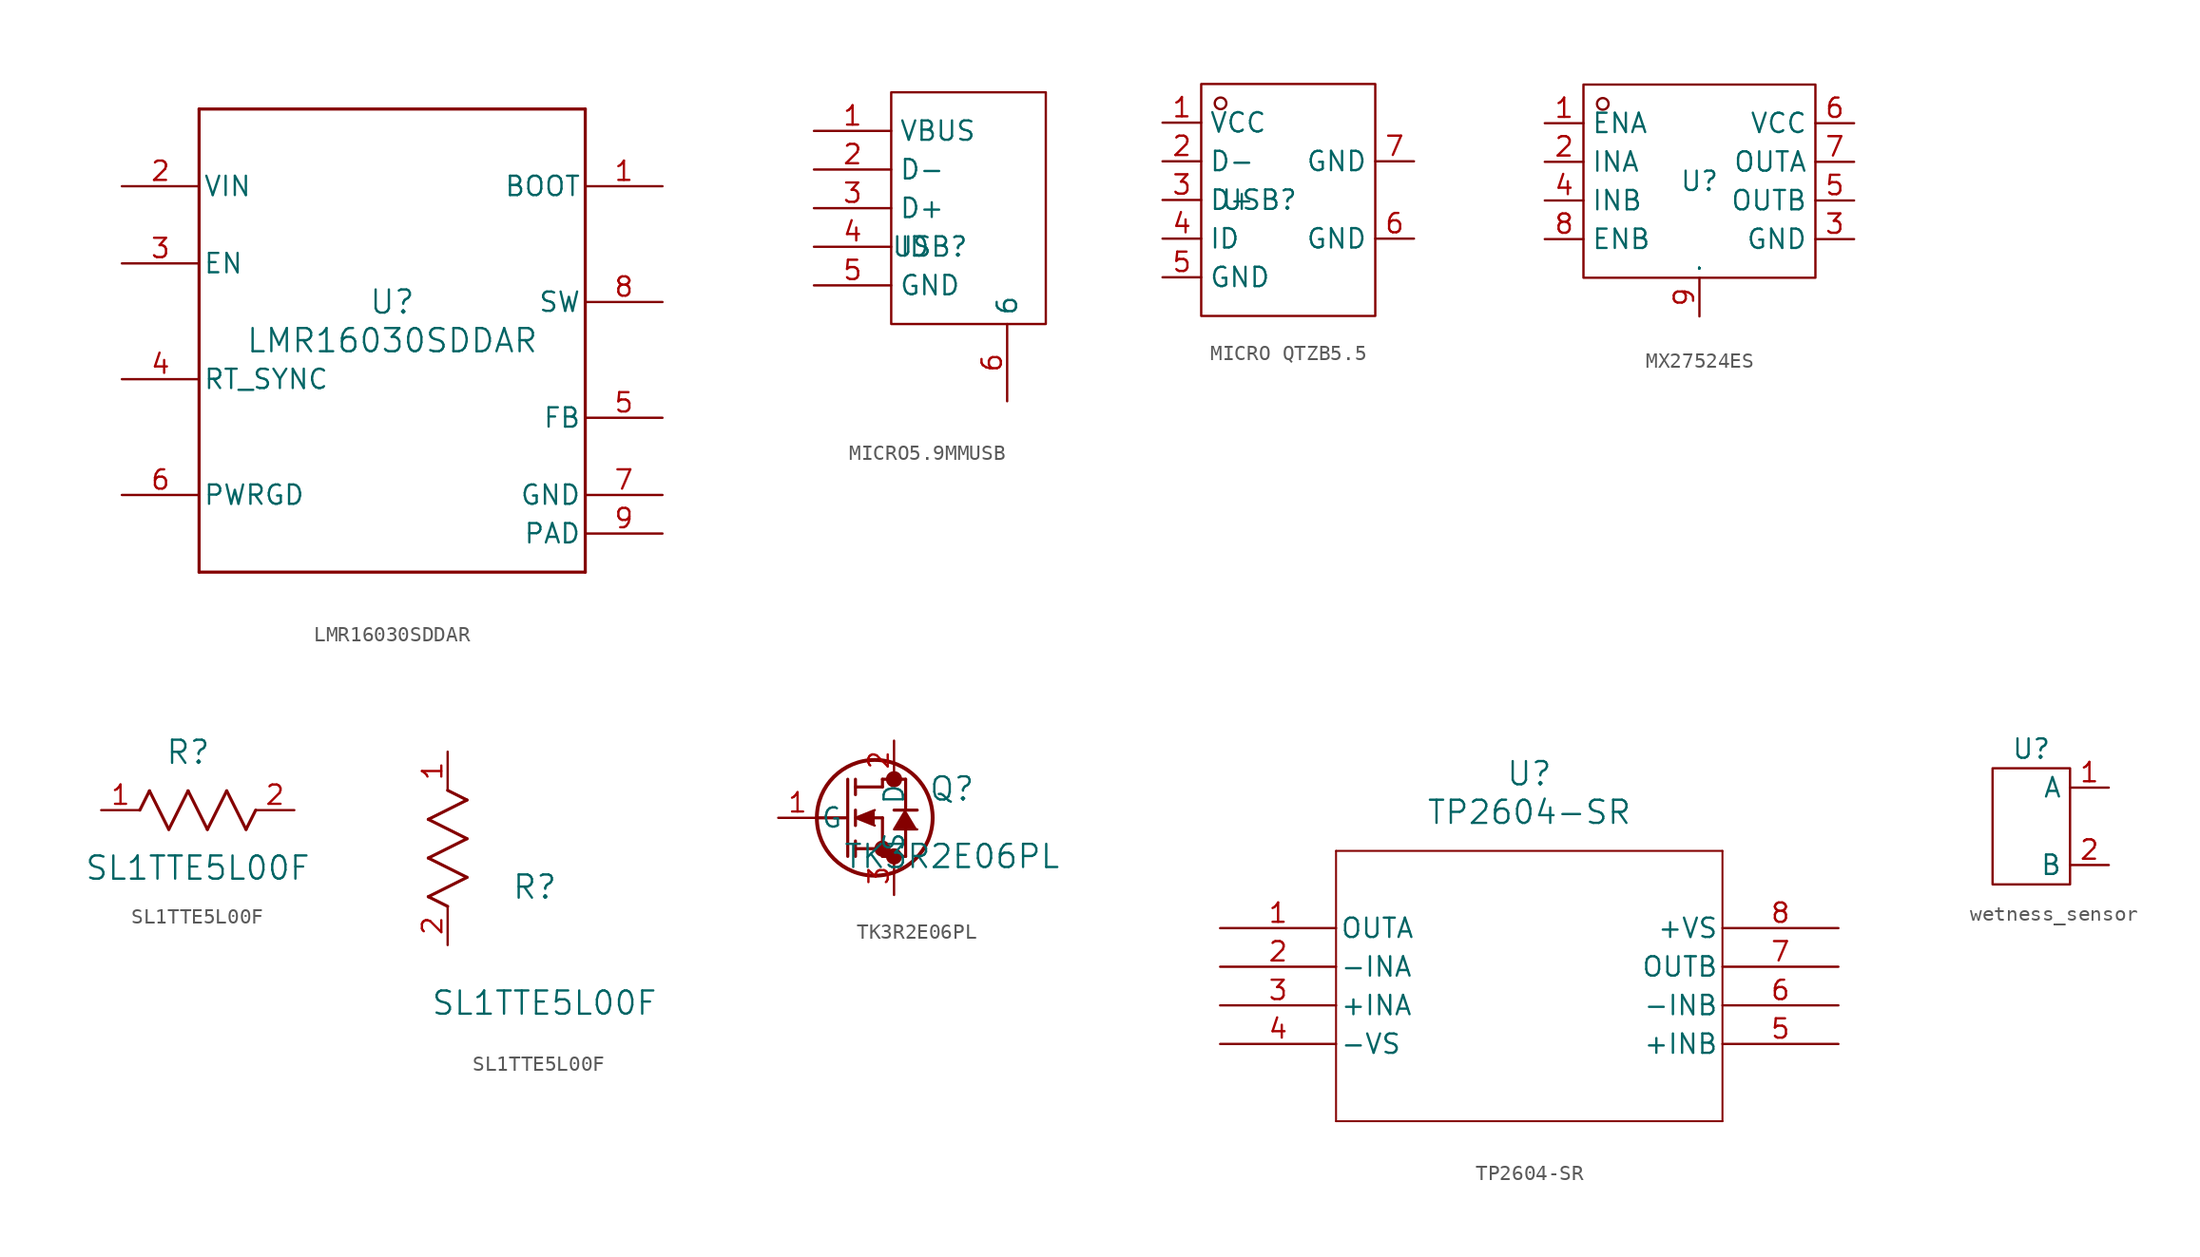
<source format=kicad_sym>
(kicad_symbol_lib
  (version 20241209)
  (generator "kicad_symbol_editor")
  (generator_version "9.0")
  (symbol "LMR16030SDDAR"
    (pin_names
      (offset 0.254))
    (property "Reference" "U"
      (at 0 2.54 0)
      (effects (font (size 1.524 1.524))))
    (property "Value" "LMR16030SDDAR"
      (at 0 0 0)
      (effects (font (size 1.524 1.524))))
    (symbol "LMR16030SDDAR_0_1"
      (polyline (pts (xy -12.7 15.24) (xy -12.7 -15.24)) (stroke (width 0.203) (type default)) (fill (type none)))
      (polyline (pts (xy -12.7 -15.24) (xy 12.7 -15.24)) (stroke (width 0.203) (type default)) (fill (type none)))
      (polyline (pts (xy 12.7 15.24) (xy -12.7 15.24)) (stroke (width 0.203) (type default)) (fill (type none)))
      (polyline (pts (xy 12.7 -15.24) (xy 12.7 15.24)) (stroke (width 0.203) (type default)) (fill (type none)))
      (pin power_in line (at -17.78 10.16 0) (length 5.08) (name "VIN" (effects (font (size 1.27 1.27)))) (number "2" (effects (font (size 1.27 1.27)))))
      (pin input line (at -17.78 5.08 0) (length 5.08) (name "EN" (effects (font (size 1.27 1.27)))) (number "3" (effects (font (size 1.27 1.27)))))
      (pin output line (at -17.78 -10.16 0) (length 5.08) (name "PWRGD" (effects (font (size 1.27 1.27)))) (number "6" (effects (font (size 1.27 1.27)))))
      (pin input line (at 17.78 -5.08 180) (length 5.08) (name "FB" (effects (font (size 1.27 1.27)))) (number "5" (effects (font (size 1.27 1.27)))))
      (pin power_in line (at 17.78 -10.16 180) (length 5.08) (name "GND" (effects (font (size 1.27 1.27)))) (number "7" (effects (font (size 1.27 1.27)))))
      (pin power_in line (at 17.78 -12.7 180) (length 5.08) (name "PAD" (effects (font (size 1.27 1.27)))) (number "9" (effects (font (size 1.27 1.27))))))
    (symbol "LMR16030SDDAR_1_1"
      (pin input line (at -17.78 -2.54 0) (length 5.08) (name "RT_SYNC" (effects (font (size 1.27 1.27)))) (number "4" (effects (font (size 1.27 1.27)))))
      (pin bidirectional line (at 17.78 10.16 180) (length 5.08) (name "BOOT" (effects (font (size 1.27 1.27)))) (number "1" (effects (font (size 1.27 1.27)))))
      (pin output line (at 17.78 2.54 180) (length 5.08) (name "SW" (effects (font (size 1.27 1.27)))) (number "8" (effects (font (size 1.27 1.27)))))))
  (symbol "MICRO5.9MMUSB"
    (property "Reference" "USB"
      (at 0 0 0)
      (effects (font (size 1.27 1.27))))
    (property "Value" ""
      (at 0 0 0)
      (effects (font (size 1.27 1.27))))
    (symbol "MICRO5.9MMUSB_1_0"
      (rectangle (start -2.54 10.16) (end 7.62 -5.08) (stroke (width 0) (type default)) (fill (type none)))
      (pin power_out line (at -7.62 7.62 0) (length 5.08) (name "VBUS" (effects (font (size 1.27 1.27)))) (number "1" (effects (font (size 1.27 1.27)))))
      (pin bidirectional line (at -7.62 5.08 0) (length 5.08) (name "D-" (effects (font (size 1.27 1.27)))) (number "2" (effects (font (size 1.27 1.27)))))
      (pin bidirectional line (at -7.62 2.54 0) (length 5.08) (name "D+" (effects (font (size 1.27 1.27)))) (number "3" (effects (font (size 1.27 1.27)))))
      (pin passive line (at -7.62 0 0) (length 5.08) (name "ID" (effects (font (size 1.27 1.27)))) (number "4" (effects (font (size 1.27 1.27)))))
      (pin power_in line (at -7.62 -2.54 0) (length 5.08) (name "GND" (effects (font (size 1.27 1.27)))) (number "5" (effects (font (size 1.27 1.27)))))
      (pin passive line (at 5.08 -10.16 90) (length 5.08) (name "6" (effects (font (size 1.27 1.27)))) (number "6" (effects (font (size 1.27 1.27)))))))
  (symbol "MICRO QTZB5.5"
    (property "Reference" "USB"
      (at 0 0 0)
      (effects (font (size 1.27 1.27))))
    (property "Value" ""
      (at 0 0 0)
      (effects (font (size 1.27 1.27))))
    (symbol "MICRO QTZB5.5_1_0"
      (rectangle (start -3.81 7.62) (end 7.62 -7.62) (stroke (width 0) (type default)) (fill (type none)))
      (circle (center -2.54 6.35) (radius 0.381) (stroke (width 0) (type default)) (fill (type none)))
      (pin passive line (at -6.35 5.08 0) (length 2.54) (name "VCC" (effects (font (size 1.27 1.27)))) (number "1" (effects (font (size 1.27 1.27)))))
      (pin bidirectional line (at -6.35 2.54 0) (length 2.54) (name "D-" (effects (font (size 1.27 1.27)))) (number "2" (effects (font (size 1.27 1.27)))))
      (pin bidirectional line (at -6.35 0 0) (length 2.54) (name "D+" (effects (font (size 1.27 1.27)))) (number "3" (effects (font (size 1.27 1.27)))))
      (pin passive line (at -6.35 -2.54 0) (length 2.54) (name "ID" (effects (font (size 1.27 1.27)))) (number "4" (effects (font (size 1.27 1.27)))))
      (pin passive line (at -6.35 -5.08 0) (length 2.54) (name "GND" (effects (font (size 1.27 1.27)))) (number "5" (effects (font (size 1.27 1.27)))))
      (pin passive line (at 10.16 2.54 180) (length 2.54) (name "GND" (effects (font (size 1.27 1.27)))) (number "7" (effects (font (size 1.27 1.27)))))
      (pin passive line (at 10.16 -2.54 180) (length 2.54) (name "GND" (effects (font (size 1.27 1.27)))) (number "6" (effects (font (size 1.27 1.27)))))))
  (symbol "MX27524ES"
    (property "Reference" "U"
      (at 0 0 0)
      (effects (font (size 1.27 1.27))))
    (property "Value" ""
      (at 0 0 0)
      (effects (font (size 1.27 1.27))))
    (symbol "MX27524ES_1_0"
      (rectangle (start -7.62 6.35) (end 7.62 -6.35) (stroke (width 0) (type default)) (fill (type none)))
      (circle (center -6.35 5.08) (radius 0.381) (stroke (width 0) (type default)) (fill (type none)))
      (pin input line (at -10.16 3.81 0) (length 2.54) (name "ENA" (effects (font (size 1.27 1.27)))) (number "1" (effects (font (size 1.27 1.27)))))
      (pin input line (at -10.16 1.27 0) (length 2.54) (name "INA" (effects (font (size 1.27 1.27)))) (number "2" (effects (font (size 1.27 1.27)))))
      (pin input line (at -10.16 -1.27 0) (length 2.54) (name "INB" (effects (font (size 1.27 1.27)))) (number "4" (effects (font (size 1.27 1.27)))))
      (pin input line (at -10.16 -3.81 0) (length 2.54) (name "ENB" (effects (font (size 1.27 1.27)))) (number "8" (effects (font (size 1.27 1.27)))))
      (pin passive line (at 0 -8.89 90) (length 2.54) (name "EP" (effects (font (size 0.025 0.025)))) (number "9" (effects (font (size 1.27 1.27)))))
      (pin power_in line (at 10.16 3.81 180) (length 2.54) (name "VCC" (effects (font (size 1.27 1.27)))) (number "6" (effects (font (size 1.27 1.27)))))
      (pin output line (at 10.16 1.27 180) (length 2.54) (name "OUTA" (effects (font (size 1.27 1.27)))) (number "7" (effects (font (size 1.27 1.27)))))
      (pin output line (at 10.16 -1.27 180) (length 2.54) (name "OUTB" (effects (font (size 1.27 1.27)))) (number "5" (effects (font (size 1.27 1.27)))))
      (pin power_in line (at 10.16 -3.81 180) (length 2.54) (name "GND" (effects (font (size 1.27 1.27)))) (number "3" (effects (font (size 1.27 1.27)))))))
  (symbol "SL1TTE5L00F"
    (pin_names
      (offset 0.254))
    (property "Reference" "R"
      (at 5.715 3.81 0)
      (effects (font (size 1.524 1.524))))
    (property "Value" "SL1TTE5L00F"
      (at 6.35 -3.81 0)
      (effects (font (size 1.524 1.524))))
    (property "ki_locked" ""
      (at 0 0 0)
      (effects (font (size 1.27 1.27))))
    (symbol "SL1TTE5L00F_1_1"
      (polyline (pts (xy 2.54 0) (xy 3.175 1.27)) (stroke (width 0.203) (type default)) (fill (type none)))
      (polyline (pts (xy 3.175 1.27) (xy 4.445 -1.27)) (stroke (width 0.203) (type default)) (fill (type none)))
      (polyline (pts (xy 4.445 -1.27) (xy 5.715 1.27)) (stroke (width 0.203) (type default)) (fill (type none)))
      (polyline (pts (xy 5.715 1.27) (xy 6.985 -1.27)) (stroke (width 0.203) (type default)) (fill (type none)))
      (polyline (pts (xy 6.985 -1.27) (xy 8.255 1.27)) (stroke (width 0.203) (type default)) (fill (type none)))
      (polyline (pts (xy 8.255 1.27) (xy 9.525 -1.27)) (stroke (width 0.203) (type default)) (fill (type none)))
      (polyline (pts (xy 9.525 -1.27) (xy 10.16 0)) (stroke (width 0.203) (type default)) (fill (type none)))
      (pin passive line (at 0 0 0) (length 2.54) (name "" (effects (font (size 1.27 1.27)))) (number "1" (effects (font (size 1.27 1.27)))))
      (pin passive line (at 12.7 0 180) (length 2.54) (name "" (effects (font (size 1.27 1.27)))) (number "2" (effects (font (size 1.27 1.27))))))
    (symbol "SL1TTE5L00F_1_2"
      (polyline (pts (xy -1.27 8.255) (xy 1.27 9.525)) (stroke (width 0.203) (type default)) (fill (type none)))
      (polyline (pts (xy -1.27 5.715) (xy 1.27 6.985)) (stroke (width 0.203) (type default)) (fill (type none)))
      (polyline (pts (xy -1.27 3.175) (xy 1.27 4.445)) (stroke (width 0.203) (type default)) (fill (type none)))
      (polyline (pts (xy 0 2.54) (xy -1.27 3.175)) (stroke (width 0.203) (type default)) (fill (type none)))
      (polyline (pts (xy 1.27 9.525) (xy 0 10.16)) (stroke (width 0.203) (type default)) (fill (type none)))
      (polyline (pts (xy 1.27 6.985) (xy -1.27 8.255)) (stroke (width 0.203) (type default)) (fill (type none)))
      (polyline (pts (xy 1.27 4.445) (xy -1.27 5.715)) (stroke (width 0.203) (type default)) (fill (type none)))
      (pin passive line (at 0 12.7 270) (length 2.54) (name "" (effects (font (size 1.27 1.27)))) (number "1" (effects (font (size 1.27 1.27)))))
      (pin passive line (at 0 0 90) (length 2.54) (name "" (effects (font (size 1.27 1.27)))) (number "2" (effects (font (size 1.27 1.27)))))))
  (symbol "TK3R2E06PL"
    (pin_names
      (offset 0.254))
    (property "Reference" "Q"
      (at 11.43 1.905 0)
      (effects (font (size 1.524 1.524))))
    (property "Value" "TK3R2E06PL"
      (at 11.43 -2.54 0)
      (effects (font (size 1.524 1.524))))
    (property "ki_locked" ""
      (at 0 0 0)
      (effects (font (size 1.27 1.27))))
    (symbol "TK3R2E06PL_0_1"
      (polyline (pts (xy 2.54 0) (xy 4.445 0)) (stroke (width 0.203) (type default)) (fill (type none)))
      (polyline (pts (xy 4.572 -2.54) (xy 4.572 2.54)) (stroke (width 0.203) (type default)) (fill (type none)))
      (polyline (pts (xy 5.08 2.032) (xy 6.858 2.032)) (stroke (width 0.203) (type default)) (fill (type none)))
      (polyline (pts (xy 5.08 1.524) (xy 5.08 2.54)) (stroke (width 0.203) (type default)) (fill (type none)))
      (polyline (pts (xy 5.08 -0.508) (xy 5.08 0.508)) (stroke (width 0.203) (type default)) (fill (type none)))
      (polyline (pts (xy 5.08 -2.032) (xy 6.858 -2.032)) (stroke (width 0.203) (type default)) (fill (type none)))
      (polyline (pts (xy 5.08 -2.54) (xy 5.08 -1.524)) (stroke (width 0.203) (type default)) (fill (type none)))
      (polyline (pts (xy 6.35 0.508) (xy 5.08 0) (xy 6.35 -0.508)) (stroke (width 0) (type default)) (fill (type outline)))
      (polyline (pts (xy 6.35 0) (xy 6.858 0)) (stroke (width 0.203) (type default)) (fill (type none)))
      (circle (center 6.35 0) (radius 3.81) (stroke (width 0.254) (type default)) (fill (type none)))
      (polyline (pts (xy 6.858 2.54) (xy 8.382 2.54)) (stroke (width 0.203) (type default)) (fill (type none)))
      (polyline (pts (xy 6.858 2.032) (xy 6.858 2.54)) (stroke (width 0.203) (type default)) (fill (type none)))
      (circle (center 6.858 -2.032) (radius 0.025) (stroke (width 0.508) (type default)) (fill (type none)))
      (polyline (pts (xy 6.858 -2.54) (xy 6.858 0)) (stroke (width 0.203) (type default)) (fill (type none)))
      (polyline (pts (xy 6.858 -2.54) (xy 8.382 -2.54)) (stroke (width 0.203) (type default)) (fill (type none)))
      (circle (center 7.62 2.54) (radius 0.025) (stroke (width 0.508) (type default)) (fill (type none)))
      (circle (center 7.62 -2.54) (radius 0.025) (stroke (width 0.508) (type default)) (fill (type none)))
      (polyline (pts (xy 8.382 0.508) (xy 8.382 2.54)) (stroke (width 0.203) (type default)) (fill (type none)))
      (polyline (pts (xy 8.382 -2.54) (xy 8.382 -0.762)) (stroke (width 0.203) (type default)) (fill (type none)))
      (polyline (pts (xy 9.144 0.508) (xy 7.62 0.508)) (stroke (width 0.203) (type default)) (fill (type none)))
      (polyline (pts (xy 9.144 -0.762) (xy 7.62 -0.762) (xy 8.382 0.508)) (stroke (width 0) (type default)) (fill (type outline)))
      (pin input line (at 0 0 0) (length 2.54) (name "G" (effects (font (size 1.27 1.27)))) (number "1" (effects (font (size 1.27 1.27)))))
      (pin passive line (at 7.62 5.08 270) (length 2.54) (name "D" (effects (font (size 1.27 1.27)))) (number "2" (effects (font (size 1.27 1.27)))))
      (pin passive line (at 7.62 -5.08 90) (length 2.54) (name "S" (effects (font (size 1.27 1.27)))) (number "3" (effects (font (size 1.27 1.27)))))))
  (symbol "TP2604-SR"
    (pin_names
      (offset 0.254))
    (property "Reference" "U"
      (at 20.32 10.16 0)
      (effects (font (size 1.524 1.524))))
    (property "Value" "TP2604-SR"
      (at 20.32 7.62 0)
      (effects (font (size 1.524 1.524))))
    (symbol "TP2604-SR_0_1"
      (polyline (pts (xy 7.62 5.08) (xy 7.62 -12.7)) (stroke (width 0.127) (type default)) (fill (type none)))
      (polyline (pts (xy 7.62 -12.7) (xy 33.02 -12.7)) (stroke (width 0.127) (type default)) (fill (type none)))
      (polyline (pts (xy 33.02 5.08) (xy 7.62 5.08)) (stroke (width 0.127) (type default)) (fill (type none)))
      (polyline (pts (xy 33.02 -12.7) (xy 33.02 5.08)) (stroke (width 0.127) (type default)) (fill (type none)))
      (pin output line (at 0 0 0) (length 7.62) (name "OUTA" (effects (font (size 1.27 1.27)))) (number "1" (effects (font (size 1.27 1.27)))))
      (pin input line (at 0 -2.54 0) (length 7.62) (name "-INA" (effects (font (size 1.27 1.27)))) (number "2" (effects (font (size 1.27 1.27)))))
      (pin input line (at 0 -5.08 0) (length 7.62) (name "+INA" (effects (font (size 1.27 1.27)))) (number "3" (effects (font (size 1.27 1.27)))))
      (pin power_in line (at 0 -7.62 0) (length 7.62) (name "-VS" (effects (font (size 1.27 1.27)))) (number "4" (effects (font (size 1.27 1.27)))))
      (pin power_in line (at 40.64 0 180) (length 7.62) (name "+VS" (effects (font (size 1.27 1.27)))) (number "8" (effects (font (size 1.27 1.27)))))
      (pin output line (at 40.64 -2.54 180) (length 7.62) (name "OUTB" (effects (font (size 1.27 1.27)))) (number "7" (effects (font (size 1.27 1.27)))))
      (pin input line (at 40.64 -5.08 180) (length 7.62) (name "-INB" (effects (font (size 1.27 1.27)))) (number "6" (effects (font (size 1.27 1.27)))))
      (pin input line (at 40.64 -7.62 180) (length 7.62) (name "+INB" (effects (font (size 1.27 1.27)))) (number "5" (effects (font (size 1.27 1.27)))))))
  (symbol "wetness_sensor"
    (property "Reference" "U"
      (at 0 6.35 0)
      (effects (font (size 1.27 1.27))))
    (property "Value" ""
      (at 0 0 0)
      (effects (font (size 1.27 1.27))))
    (symbol "wetness_sensor_0_1"
      (rectangle (start -2.54 5.08) (end 2.54 -2.54) (stroke (width 0) (type default)) (fill (type none))))
    (symbol "wetness_sensor_1_1"
      (pin passive line (at 5.08 3.81 180) (length 2.54) (name "A" (effects (font (size 1.27 1.27)))) (number "1" (effects (font (size 1.27 1.27)))))
      (pin passive line (at 5.08 -1.27 180) (length 2.54) (name "B" (effects (font (size 1.27 1.27)))) (number "2" (effects (font (size 1.27 1.27))))))))
</source>
